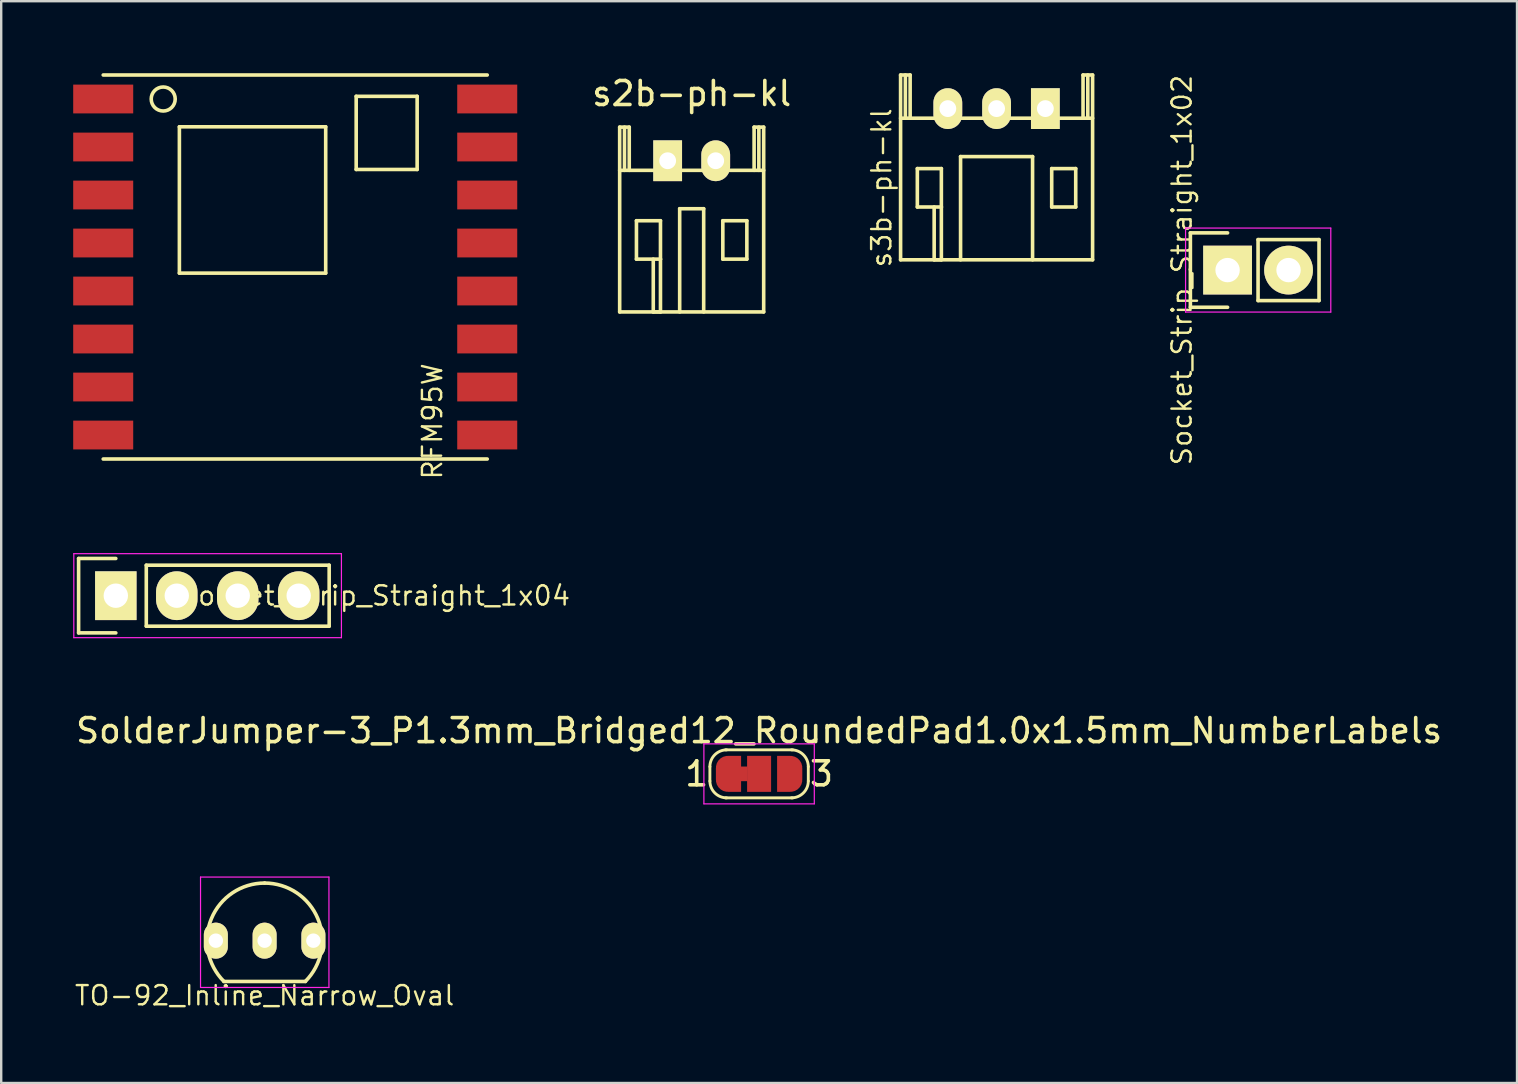
<source format=kicad_pcb>
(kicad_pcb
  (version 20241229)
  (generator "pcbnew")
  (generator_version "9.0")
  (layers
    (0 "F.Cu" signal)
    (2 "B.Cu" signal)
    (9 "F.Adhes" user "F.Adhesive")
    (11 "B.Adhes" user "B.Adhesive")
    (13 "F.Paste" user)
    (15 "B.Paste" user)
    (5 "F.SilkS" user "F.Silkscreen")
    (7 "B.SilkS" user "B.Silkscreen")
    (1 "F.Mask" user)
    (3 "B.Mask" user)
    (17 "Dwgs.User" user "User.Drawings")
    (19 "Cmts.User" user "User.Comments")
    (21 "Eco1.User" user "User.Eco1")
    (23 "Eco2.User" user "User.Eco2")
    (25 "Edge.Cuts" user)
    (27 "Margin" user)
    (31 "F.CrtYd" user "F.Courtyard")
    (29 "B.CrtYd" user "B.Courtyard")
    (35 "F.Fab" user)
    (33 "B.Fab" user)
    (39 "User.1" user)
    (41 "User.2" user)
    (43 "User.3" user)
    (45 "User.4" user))
  (footprint "SolderJumper-3_P1.3mm_Bridged12_RoundedPad1.0x1.5mm_NumberLabels"
    (layer "F.Cu")
    (at 28.577 29.192)
    (property "Reference" "SolderJumper-3_P1.3mm_Bridged12_RoundedPad1.0x1.5mm_NumberLabels" (at 0 -1.8 0) (layer "F.SilkS") (effects (font (size 1 1) (thickness 0.15))))
    (attr exclude_from_pos_files exclude_from_bom)
    (fp_poly (pts (xy -0.483 0.305) (xy -0.483 -0.305) (xy -0.762 -0.305) (xy -0.762 0.305)) (stroke (width 0) (type solid)) (fill yes) (layer "F.Cu"))
    (fp_line (start -2.05 0.3) (end -2.05 -0.3) (stroke (width 0.12) (type solid)) (layer "F.SilkS"))
    (fp_line (start -1.4 -1) (end 1.4 -1) (stroke (width 0.12) (type solid)) (layer "F.SilkS"))
    (fp_line (start 1.4 1) (end -1.4 1) (stroke (width 0.12) (type solid)) (layer "F.SilkS"))
    (fp_line (start 2.05 -0.3) (end 2.05 0.3) (stroke (width 0.12) (type solid)) (layer "F.SilkS"))
    (fp_arc (start -2.05 -0.3) (mid -1.844975 -0.794975) (end -1.35 -1) (stroke (width 0.12) (type solid)) (layer "F.SilkS"))
    (fp_arc (start -1.35 1) (mid -1.844975 0.794975) (end -2.05 0.3) (stroke (width 0.12) (type solid)) (layer "F.SilkS"))
    (fp_arc (start 1.35 -1) (mid 1.844975 -0.794975) (end 2.05 -0.3) (stroke (width 0.12) (type solid)) (layer "F.SilkS"))
    (fp_arc (start 2.05 0.3) (mid 1.844975 0.794975) (end 1.35 1) (stroke (width 0.12) (type solid)) (layer "F.SilkS"))
    (fp_line (start -2.3 -1.25) (end -2.3 1.25) (stroke (width 0.05) (type solid)) (layer "F.CrtYd"))
    (fp_line (start -2.3 -1.25) (end 2.3 -1.25) (stroke (width 0.05) (type solid)) (layer "F.CrtYd"))
    (fp_line (start 2.3 1.25) (end -2.3 1.25) (stroke (width 0.05) (type solid)) (layer "F.CrtYd"))
    (fp_line (start 2.3 1.25) (end 2.3 -1.25) (stroke (width 0.05) (type solid)) (layer "F.CrtYd"))
    (fp_text user "1" (at -2.6 0 0) (layer "F.SilkS") (effects (font (size 1 1) (thickness 0.15))))
    (fp_text user "3" (at 2.6 0 0) (layer "F.SilkS") (effects (font (size 1 1) (thickness 0.15))))
    (pad "1" smd custom (at -1.3 0) (size 1 0.5) (layers "F.Cu" "F.Mask") (options (anchor rect)) (primitives (gr_circle (center 0 0.25) (end 0.5 0.25) (width 0) (fill yes)) (gr_circle (center 0 -0.25) (end 0.5 -0.25) (width 0) (fill yes)) (gr_poly (pts (xy 0.55 -0.75) (xy 0 -0.75) (xy 0 0.75) (xy 0.55 0.75)) (width 0) (fill yes))))
    (pad "2" smd rect (at 0 0) (size 1 1.5) (layers "F.Cu" "F.Mask"))
    (pad "3" smd custom (at 1.3 0) (size 1 0.5) (layers "F.Cu" "F.Mask") (options (anchor rect)) (primitives (gr_circle (center 0 0.25) (end 0.5 0.25) (width 0) (fill yes)) (gr_circle (center 0 -0.25) (end 0.5 -0.25) (width 0) (fill yes)) (gr_poly (pts (xy -0.55 -0.75) (xy 0 -0.75) (xy 0 0.75) (xy -0.55 0.75)) (width 0) (fill yes)))))
  (footprint "Socket_Strip_Straight_1x04"
    (layer "F.Cu")
    (at 1.775 21.769)
    (property "Reference" "Socket_Strip_Straight_1x04" (at 10.795 0 0) (layer "F.SilkS") (effects (font (size 0.8 0.8) (thickness 0.1))))
    (attr through_hole)
    (fp_line (start -1.55 -1.55) (end -1.55 1.55) (stroke (width 0.15) (type solid)) (layer "F.SilkS"))
    (fp_line (start -1.55 1.55) (end 0 1.55) (stroke (width 0.15) (type solid)) (layer "F.SilkS"))
    (fp_line (start 0 -1.55) (end -1.55 -1.55) (stroke (width 0.15) (type solid)) (layer "F.SilkS"))
    (fp_line (start 1.27 -1.27) (end 8.89 -1.27) (stroke (width 0.15) (type solid)) (layer "F.SilkS"))
    (fp_line (start 1.27 1.27) (end 1.27 -1.27) (stroke (width 0.15) (type solid)) (layer "F.SilkS"))
    (fp_line (start 1.27 1.27) (end 8.89 1.27) (stroke (width 0.15) (type solid)) (layer "F.SilkS"))
    (fp_line (start 8.89 -1.27) (end 8.89 1.27) (stroke (width 0.15) (type solid)) (layer "F.SilkS"))
    (fp_line (start -1.75 -1.75) (end -1.75 1.75) (stroke (width 0.05) (type solid)) (layer "F.CrtYd"))
    (fp_line (start -1.75 -1.75) (end 9.4 -1.75) (stroke (width 0.05) (type solid)) (layer "F.CrtYd"))
    (fp_line (start -1.75 1.75) (end 9.4 1.75) (stroke (width 0.05) (type solid)) (layer "F.CrtYd"))
    (fp_line (start 9.4 -1.75) (end 9.4 1.75) (stroke (width 0.05) (type solid)) (layer "F.CrtYd"))
    (pad "1" thru_hole rect (at 0 0) (size 1.727 2.032) (drill 1.016) (layers "*.Cu" "*.Mask" "F.SilkS"))
    (pad "2" thru_hole oval (at 2.54 0) (size 1.727 2.032) (drill 1.016) (layers "*.Cu" "*.Mask" "F.SilkS"))
    (pad "3" thru_hole oval (at 5.08 0) (size 1.727 2.032) (drill 1.016) (layers "*.Cu" "*.Mask" "F.SilkS"))
    (pad "4" thru_hole oval (at 7.62 0) (size 1.727 2.032) (drill 1.016) (layers "*.Cu" "*.Mask" "F.SilkS")))
  (footprint "s3b-ph-kl"
    (layer "F.Cu")
    (at 38.472 1.475)
    (property "Reference" "s3b-ph-kl" (at -4.793 3.302 90) (layer "F.SilkS") (effects (font (size 0.8 0.8) (thickness 0.1))))
    (attr through_hole)
    (fp_line (start -4 -1.4) (end -4 6.299) (stroke (width 0.15) (type solid)) (layer "F.SilkS"))
    (fp_line (start -4 0.399) (end 4 0.399) (stroke (width 0.15) (type solid)) (layer "F.SilkS"))
    (fp_line (start -4 6.299) (end 4 6.299) (stroke (width 0.15) (type solid)) (layer "F.SilkS"))
    (fp_line (start -3.8 -1.4) (end -3.8 0.399) (stroke (width 0.15) (type solid)) (layer "F.SilkS"))
    (fp_line (start -3.602 -1.4) (end -4 -1.4) (stroke (width 0.15) (type solid)) (layer "F.SilkS"))
    (fp_line (start -3.602 0.399) (end -3.602 -1.4) (stroke (width 0.15) (type solid)) (layer "F.SilkS"))
    (fp_line (start -3.302 2.499) (end -2.301 2.499) (stroke (width 0.15) (type solid)) (layer "F.SilkS"))
    (fp_line (start -3.302 4.1) (end -3.302 2.499) (stroke (width 0.15) (type solid)) (layer "F.SilkS"))
    (fp_line (start -2.601 6.299) (end -2.601 4.1) (stroke (width 0.15) (type solid)) (layer "F.SilkS"))
    (fp_line (start -2.301 2.499) (end -2.301 4.1) (stroke (width 0.15) (type solid)) (layer "F.SilkS"))
    (fp_line (start -2.301 4.1) (end -3.302 4.1) (stroke (width 0.15) (type solid)) (layer "F.SilkS"))
    (fp_line (start -2.301 4.1) (end -2.301 6.299) (stroke (width 0.15) (type solid)) (layer "F.SilkS"))
    (fp_line (start -2.301 6.299) (end -2.601 6.299) (stroke (width 0.15) (type solid)) (layer "F.SilkS"))
    (fp_line (start -1.501 1.999) (end -1.501 6.299) (stroke (width 0.15) (type solid)) (layer "F.SilkS"))
    (fp_line (start -1.501 1.999) (end 1.501 1.999) (stroke (width 0.15) (type solid)) (layer "F.SilkS"))
    (fp_line (start 1.499 1.999) (end 1.499 6.299) (stroke (width 0.15) (type solid)) (layer "F.SilkS"))
    (fp_line (start 2.296 2.499) (end 3.297 2.499) (stroke (width 0.15) (type solid)) (layer "F.SilkS"))
    (fp_line (start 2.296 4.1) (end 2.296 2.499) (stroke (width 0.15) (type solid)) (layer "F.SilkS"))
    (fp_line (start 3.297 2.499) (end 3.297 4.1) (stroke (width 0.15) (type solid)) (layer "F.SilkS"))
    (fp_line (start 3.297 4.1) (end 2.296 4.1) (stroke (width 0.15) (type solid)) (layer "F.SilkS"))
    (fp_line (start 3.602 -1.4) (end 3.602 0.399) (stroke (width 0.15) (type solid)) (layer "F.SilkS"))
    (fp_line (start 3.8 -1.4) (end 3.8 0.399) (stroke (width 0.15) (type solid)) (layer "F.SilkS"))
    (fp_line (start 4 -1.4) (end 3.602 -1.4) (stroke (width 0.15) (type solid)) (layer "F.SilkS"))
    (fp_line (start 4 6.299) (end 4 -1.4) (stroke (width 0.15) (type solid)) (layer "F.SilkS"))
    (pad "1" thru_hole rect (at 2.032 0) (size 1.199 1.699) (drill 0.701) (layers "*.Cu" "*.Mask" "F.SilkS"))
    (pad "2" thru_hole oval (at 0 0) (size 1.199 1.699) (drill 0.701) (layers "*.Cu" "*.Mask" "F.SilkS"))
    (pad "3" thru_hole oval (at -2.032 0) (size 1.199 1.699) (drill 0.701) (layers "*.Cu" "*.Mask" "F.SilkS")))
  (footprint "Socket_Strip_Straight_1x02"
    (layer "F.Cu")
    (at 48.096 8.203)
    (property "Reference" "Socket_Strip_Straight_1x02" (at -1.905 0 90) (layer "F.SilkS") (effects (font (size 0.8 0.8) (thickness 0.1))))
    (attr through_hole)
    (fp_line (start -1.55 -1.55) (end -1.55 1.55) (stroke (width 0.15) (type solid)) (layer "F.SilkS"))
    (fp_line (start -1.55 1.55) (end 0 1.55) (stroke (width 0.15) (type solid)) (layer "F.SilkS"))
    (fp_line (start 0 -1.55) (end -1.55 -1.55) (stroke (width 0.15) (type solid)) (layer "F.SilkS"))
    (fp_line (start 1.27 -1.27) (end 3.81 -1.27) (stroke (width 0.15) (type solid)) (layer "F.SilkS"))
    (fp_line (start 1.27 1.27) (end 1.27 -1.27) (stroke (width 0.15) (type solid)) (layer "F.SilkS"))
    (fp_line (start 3.81 -1.27) (end 3.81 1.27) (stroke (width 0.15) (type solid)) (layer "F.SilkS"))
    (fp_line (start 3.81 1.27) (end 1.27 1.27) (stroke (width 0.15) (type solid)) (layer "F.SilkS"))
    (fp_line (start -1.75 -1.75) (end -1.75 1.75) (stroke (width 0.05) (type solid)) (layer "F.CrtYd"))
    (fp_line (start -1.75 -1.75) (end 4.3 -1.75) (stroke (width 0.05) (type solid)) (layer "F.CrtYd"))
    (fp_line (start -1.75 1.75) (end 4.3 1.75) (stroke (width 0.05) (type solid)) (layer "F.CrtYd"))
    (fp_line (start 4.3 -1.75) (end 4.3 1.75) (stroke (width 0.05) (type solid)) (layer "F.CrtYd"))
    (pad "1" thru_hole rect (at 0 0) (size 2.032 2.032) (drill 1.016) (layers "*.Cu" "*.Mask" "F.SilkS"))
    (pad "2" thru_hole oval (at 2.54 0) (size 2.032 2.032) (drill 1.016) (layers "*.Cu" "*.Mask" "F.SilkS")))
  (footprint "RFM95W"
    (layer "F.Cu")
    (at 9.25 8.075)
    (property "Reference" "RFM95W" (at 5.714 6.43 90) (layer "F.SilkS") (effects (font (size 0.8 0.8) (thickness 0.1))))
    (attr smd)
    (fp_line (start -8 -8) (end 8 -8) (stroke (width 0.15) (type solid)) (layer "F.SilkS"))
    (fp_line (start -8 8) (end 8 8) (stroke (width 0.15) (type solid)) (layer "F.SilkS"))
    (fp_line (start -4.826 -5.842) (end 1.27 -5.842) (stroke (width 0.15) (type solid)) (layer "F.SilkS"))
    (fp_line (start -4.826 0.254) (end -4.826 -5.842) (stroke (width 0.15) (type solid)) (layer "F.SilkS"))
    (fp_line (start 1.27 -5.842) (end 1.27 0.254) (stroke (width 0.15) (type solid)) (layer "F.SilkS"))
    (fp_line (start 1.27 0.254) (end -4.826 0.254) (stroke (width 0.15) (type solid)) (layer "F.SilkS"))
    (fp_line (start 2.54 -7.112) (end 5.08 -7.112) (stroke (width 0.15) (type solid)) (layer "F.SilkS"))
    (fp_line (start 2.54 -4.064) (end 2.54 -7.112) (stroke (width 0.15) (type solid)) (layer "F.SilkS"))
    (fp_line (start 5.08 -7.112) (end 5.08 -4.064) (stroke (width 0.15) (type solid)) (layer "F.SilkS"))
    (fp_line (start 5.08 -4.064) (end 2.54 -4.064) (stroke (width 0.15) (type solid)) (layer "F.SilkS"))
    (fp_circle (center -5.5 -7) (end -5.5 -6.5) (stroke (width 0.15) (type solid)) (fill no) (layer "F.SilkS"))
    (pad "1" smd rect (at -8 -7) (size 2.5 1.2) (layers "F.Cu" "F.Mask" "F.Paste"))
    (pad "2" smd rect (at -8 -5) (size 2.5 1.2) (layers "F.Cu" "F.Mask" "F.Paste"))
    (pad "3" smd rect (at -8 -3) (size 2.5 1.2) (layers "F.Cu" "F.Mask" "F.Paste"))
    (pad "4" smd rect (at -8 -1) (size 2.5 1.2) (layers "F.Cu" "F.Mask" "F.Paste"))
    (pad "5" smd rect (at -8 1) (size 2.5 1.2) (layers "F.Cu" "F.Mask" "F.Paste"))
    (pad "6" smd rect (at -8 3) (size 2.5 1.2) (layers "F.Cu" "F.Mask" "F.Paste"))
    (pad "7" smd rect (at -8 5) (size 2.5 1.2) (layers "F.Cu" "F.Mask" "F.Paste"))
    (pad "8" smd rect (at -8 7) (size 2.5 1.2) (layers "F.Cu" "F.Mask" "F.Paste"))
    (pad "9" smd rect (at 8 7) (size 2.5 1.2) (layers "F.Cu" "F.Mask" "F.Paste"))
    (pad "10" smd rect (at 8 5) (size 2.5 1.2) (layers "F.Cu" "F.Mask" "F.Paste"))
    (pad "11" smd rect (at 8 3) (size 2.5 1.2) (layers "F.Cu" "F.Mask" "F.Paste"))
    (pad "12" smd rect (at 8 1) (size 2.5 1.2) (layers "F.Cu" "F.Mask" "F.Paste"))
    (pad "13" smd rect (at 8 -1) (size 2.5 1.2) (layers "F.Cu" "F.Mask" "F.Paste"))
    (pad "14" smd rect (at 8 -3) (size 2.5 1.2) (layers "F.Cu" "F.Mask" "F.Paste"))
    (pad "15" smd rect (at 8 -5) (size 2.5 1.2) (layers "F.Cu" "F.Mask" "F.Paste"))
    (pad "16" smd rect (at 8 -7) (size 2.5 1.2) (layers "F.Cu" "F.Mask" "F.Paste")))
  (footprint "s2b-ph-kl"
    (layer "F.Cu")
    (at 25.768 3.647)
    (property "Reference" "s2b-ph-kl" (at 0 -2.799 0) (layer "F.SilkS") (effects (font (size 1 1) (thickness 0.15))))
    (attr through_hole)
    (fp_line (start -3 -1.4) (end -3 6.299) (stroke (width 0.15) (type solid)) (layer "F.SilkS"))
    (fp_line (start -3 6.299) (end 3 6.299) (stroke (width 0.15) (type solid)) (layer "F.SilkS"))
    (fp_line (start -2.799 -1.4) (end -2.799 0.399) (stroke (width 0.15) (type solid)) (layer "F.SilkS"))
    (fp_line (start -2.601 -1.4) (end -3 -1.4) (stroke (width 0.15) (type solid)) (layer "F.SilkS"))
    (fp_line (start -2.601 0.399) (end -2.601 -1.4) (stroke (width 0.15) (type solid)) (layer "F.SilkS"))
    (fp_line (start -2.301 2.499) (end -1.3 2.499) (stroke (width 0.15) (type solid)) (layer "F.SilkS"))
    (fp_line (start -2.301 4.1) (end -2.301 2.499) (stroke (width 0.15) (type solid)) (layer "F.SilkS"))
    (fp_line (start -1.6 6.299) (end -1.6 4.1) (stroke (width 0.15) (type solid)) (layer "F.SilkS"))
    (fp_line (start -1.3 2.499) (end -1.3 4.1) (stroke (width 0.15) (type solid)) (layer "F.SilkS"))
    (fp_line (start -1.3 4.1) (end -2.301 4.1) (stroke (width 0.15) (type solid)) (layer "F.SilkS"))
    (fp_line (start -1.3 4.1) (end -1.3 6.299) (stroke (width 0.15) (type solid)) (layer "F.SilkS"))
    (fp_line (start -1.3 6.299) (end -1.6 6.299) (stroke (width 0.15) (type solid)) (layer "F.SilkS"))
    (fp_line (start -0.5 1.999) (end -0.5 6.299) (stroke (width 0.15) (type solid)) (layer "F.SilkS"))
    (fp_line (start 0.5 1.999) (end -0.5 1.999) (stroke (width 0.15) (type solid)) (layer "F.SilkS"))
    (fp_line (start 0.5 1.999) (end 0.5 6.299) (stroke (width 0.15) (type solid)) (layer "F.SilkS"))
    (fp_line (start 1.298 2.499) (end 2.299 2.499) (stroke (width 0.15) (type solid)) (layer "F.SilkS"))
    (fp_line (start 1.298 4.1) (end 1.298 2.499) (stroke (width 0.15) (type solid)) (layer "F.SilkS"))
    (fp_line (start 2.299 2.499) (end 2.299 4.1) (stroke (width 0.15) (type solid)) (layer "F.SilkS"))
    (fp_line (start 2.299 4.1) (end 1.298 4.1) (stroke (width 0.15) (type solid)) (layer "F.SilkS"))
    (fp_line (start 2.601 -1.4) (end 2.601 0.399) (stroke (width 0.15) (type solid)) (layer "F.SilkS"))
    (fp_line (start 2.799 -1.4) (end 2.799 0.399) (stroke (width 0.15) (type solid)) (layer "F.SilkS"))
    (fp_line (start 3 -1.4) (end 2.601 -1.4) (stroke (width 0.15) (type solid)) (layer "F.SilkS"))
    (fp_line (start 3 0.399) (end -3 0.399) (stroke (width 0.15) (type solid)) (layer "F.SilkS"))
    (fp_line (start 3 6.299) (end 3 -1.4) (stroke (width 0.15) (type solid)) (layer "F.SilkS"))
    (pad "1" thru_hole rect (at -1.001 0) (size 1.199 1.699) (drill 0.701) (layers "*.Cu" "*.Mask" "F.SilkS"))
    (pad "2" thru_hole oval (at 1.001 0) (size 1.199 1.699) (drill 0.701) (layers "*.Cu" "*.Mask" "F.SilkS")))
  (footprint "TO-92_Inline_Narrow_Oval"
    (layer "F.Cu")
    (at 6.705 36.142)
    (property "Reference" "TO-92_Inline_Narrow_Oval" (at 1.27 2.286 180) (layer "F.SilkS") (effects (font (size 0.8 0.8) (thickness 0.1))))
    (attr through_hole)
    (fp_line (start -0.43 1.7) (end 2.97 1.7) (stroke (width 0.15) (type solid)) (layer "F.SilkS"))
    (fp_arc (start -0.427056 1.697056) (mid -0.947311 -0.91844) (end 1.27 -2.4) (stroke (width 0.15) (type solid)) (layer "F.SilkS"))
    (fp_arc (start 1.27 -2.4) (mid 3.487311 -0.91844) (end 2.967056 1.697056) (stroke (width 0.15) (type solid)) (layer "F.SilkS"))
    (fp_line (start -1.4 -2.65) (end 3.95 -2.65) (stroke (width 0.05) (type solid)) (layer "F.CrtYd"))
    (fp_line (start -1.4 1.95) (end -1.4 -2.65) (stroke (width 0.05) (type solid)) (layer "F.CrtYd"))
    (fp_line (start -1.4 1.95) (end 3.95 1.95) (stroke (width 0.05) (type solid)) (layer "F.CrtYd"))
    (fp_line (start 3.95 1.95) (end 3.95 -2.65) (stroke (width 0.05) (type solid)) (layer "F.CrtYd"))
    (pad "1" thru_hole oval (at -0.762 0 180) (size 1 1.5) (drill 0.6) (layers "*.Cu" "*.Mask" "F.SilkS"))
    (pad "2" thru_hole oval (at 1.27 0 180) (size 1 1.5) (drill 0.6) (layers "*.Cu" "*.Mask" "F.SilkS"))
    (pad "3" thru_hole oval (at 3.302 0 180) (size 1 1.5) (drill 0.6) (layers "*.Cu" "*.Mask" "F.SilkS")))
  (gr_rect
    (start -3 -3)
    (end 60.155 42.072)
    (stroke (width 0.1) (type default))
    (fill no)
    (layer "Edge.Cuts")))
</source>
